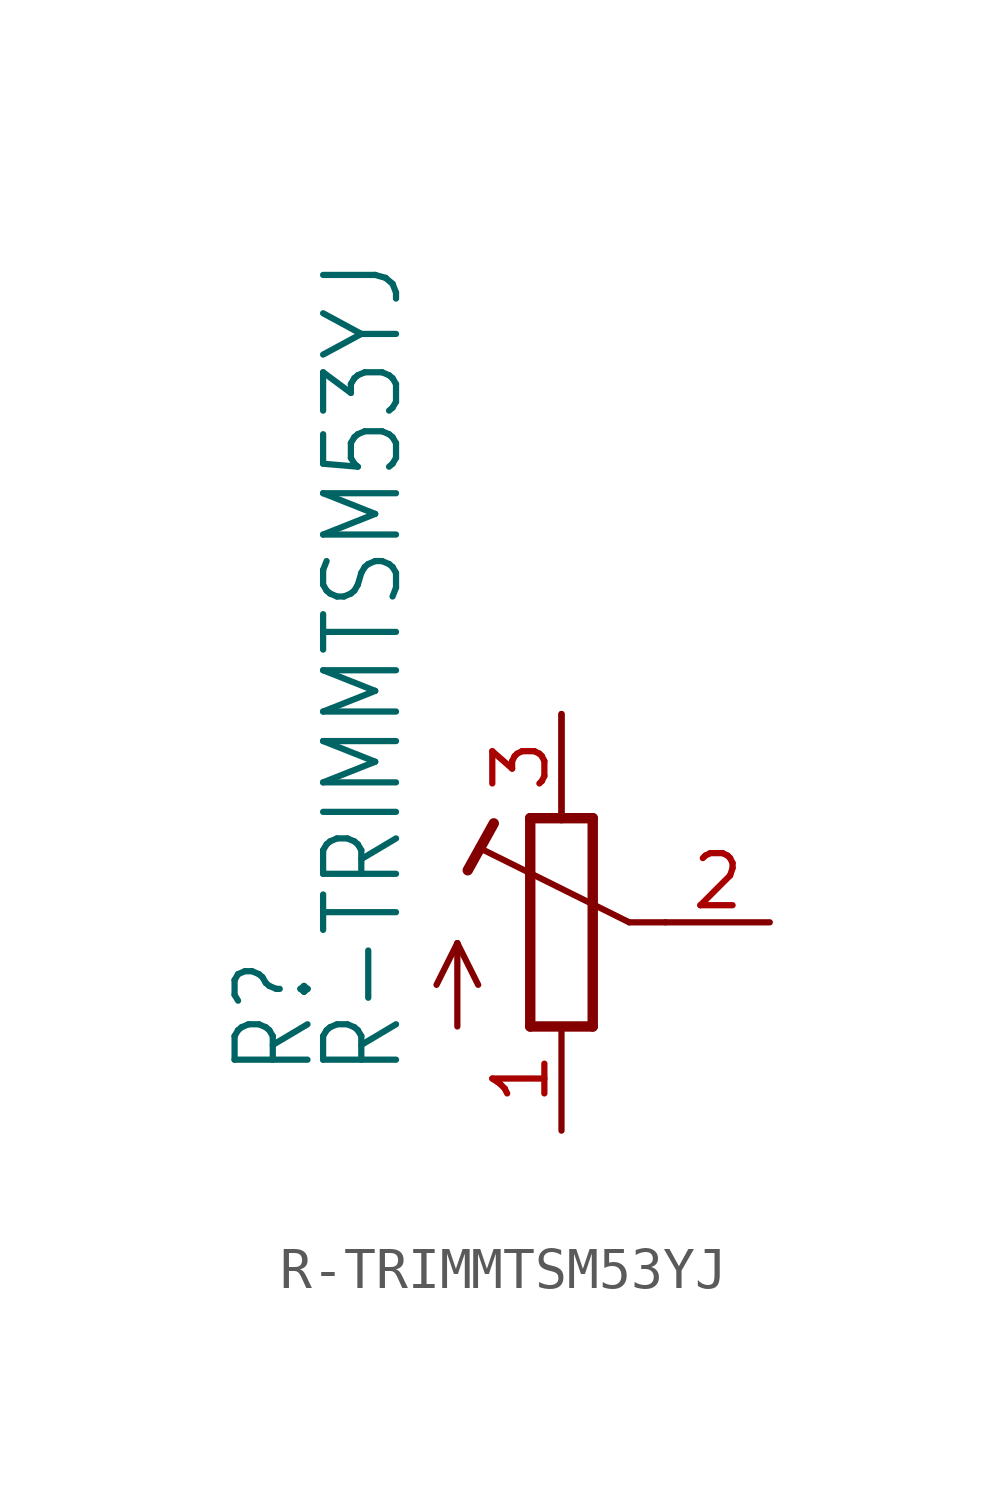
<source format=kicad_sym>
(kicad_symbol_lib
  (version 20220331)
  (generator kicad_symbol_editor)
  (symbol "R-TRIMMTSM53YJ"
    (property "Reference" "R"
      (at -5.969 -3.81 90)
      (effects (font (size 1.778 1.511)) (justify left bottom)))
    (property "Value" "R-TRIMMTSM53YJ"
      (at -3.81 -3.81 90)
      (effects (font (size 1.778 1.511)) (justify left bottom)))
    (property "ki_locked" ""
      (at 0 0 0)
      (effects (font (size 1.27 1.27))))
    (symbol "R-TRIMMTSM53YJ_1_0"
      (polyline (pts (xy -2.54 -2.54) (xy -2.54 -0.508)) (stroke (width 0.152) (type solid)) (fill (type none)))
      (polyline (pts (xy -2.54 -0.508) (xy -3.048 -1.524)) (stroke (width 0.152) (type solid)) (fill (type none)))
      (polyline (pts (xy -2.54 -0.508) (xy -2.032 -1.524)) (stroke (width 0.152) (type solid)) (fill (type none)))
      (polyline (pts (xy -2.286 1.27) (xy -1.651 2.413)) (stroke (width 0.254) (type solid)) (fill (type none)))
      (polyline (pts (xy -0.762 -2.54) (xy 0.762 -2.54)) (stroke (width 0.254) (type solid)) (fill (type none)))
      (polyline (pts (xy -0.762 2.54) (xy -0.762 -2.54)) (stroke (width 0.254) (type solid)) (fill (type none)))
      (polyline (pts (xy 0 2.54) (xy -0.762 2.54)) (stroke (width 0.254) (type solid)) (fill (type none)))
      (polyline (pts (xy 0 2.54) (xy 0 5.08)) (stroke (width 0.152) (type solid)) (fill (type none)))
      (polyline (pts (xy 0.762 -2.54) (xy 0.762 2.54)) (stroke (width 0.254) (type solid)) (fill (type none)))
      (polyline (pts (xy 0.762 2.54) (xy 0 2.54)) (stroke (width 0.254) (type solid)) (fill (type none)))
      (polyline (pts (xy 1.651 0) (xy -1.88 1.753)) (stroke (width 0.152) (type solid)) (fill (type none)))
      (polyline (pts (xy 2.54 0) (xy 1.651 0)) (stroke (width 0.152) (type solid)) (fill (type none)))
      (pin passive line (at 0 -5.08 90) (length 2.54) (name "E" (effects (font (size 0 0)))) (number "1" (effects (font (size 1.27 1.27)))))
      (pin passive line (at 5.08 0 180) (length 2.54) (name "S" (effects (font (size 0 0)))) (number "2" (effects (font (size 1.27 1.27)))))
      (pin passive line (at 0 5.08 270) (length 2.54) (name "A" (effects (font (size 0 0)))) (number "3" (effects (font (size 1.27 1.27))))))))
</source>
